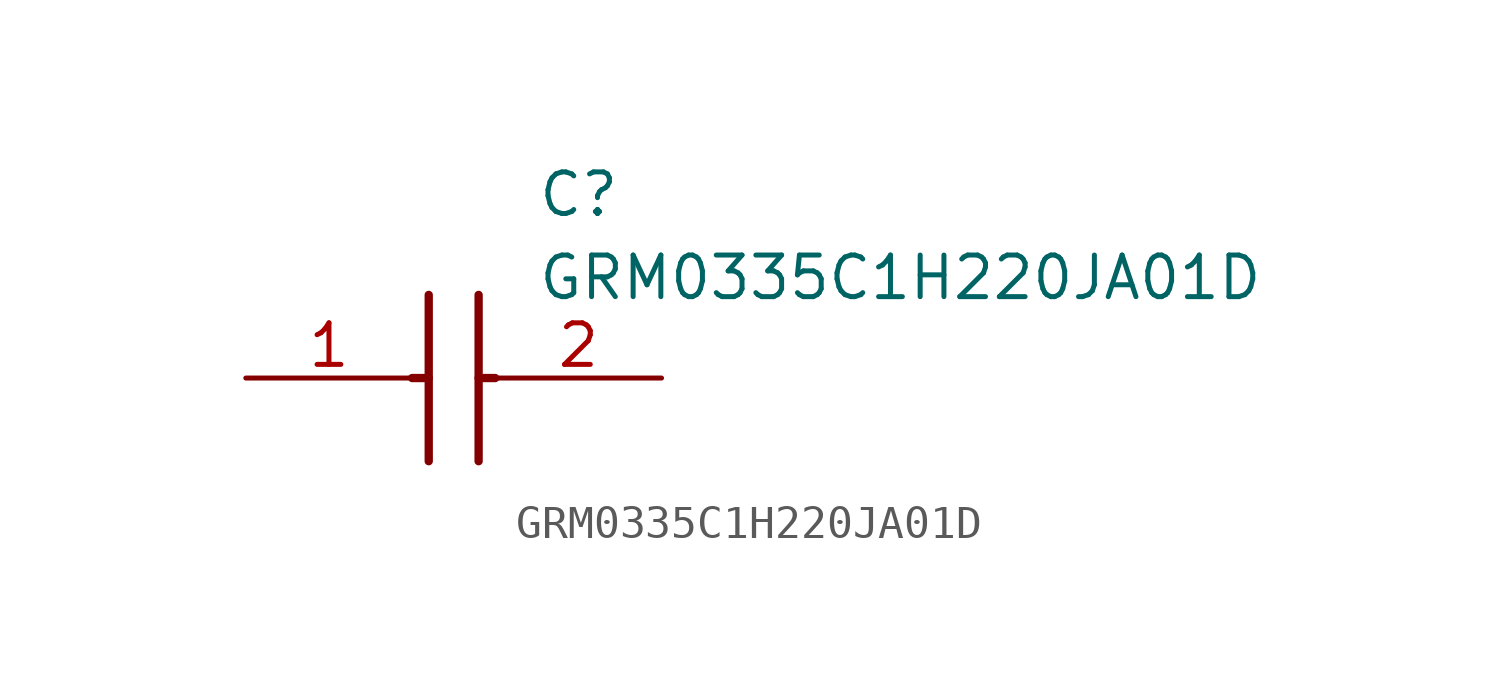
<source format=kicad_sym>
(kicad_symbol_lib
  (version 20211014)
  (generator SamacSys_ECAD_Model)
  (symbol "GRM0335C1H220JA01D"
    (pin_names hide)
    (property "Reference" "C"
      (at 8.89 6.35 0)
      (effects (font (size 1.27 1.27)) (justify left top)))
    (property "Value" "GRM0335C1H220JA01D"
      (at 8.89 3.81 0)
      (effects (font (size 1.27 1.27)) (justify left top)))
    (polyline
      (pts (xy 5.588 2.54) (xy 5.588 -2.54))
      (stroke (width 0.254) (type default))
      (fill (type none)))
    (polyline
      (pts (xy 7.112 2.54) (xy 7.112 -2.54))
      (stroke (width 0.254) (type default))
      (fill (type none)))
    (polyline
      (pts (xy 5.08 0) (xy 5.588 0))
      (stroke (width 0.254) (type default))
      (fill (type none)))
    (polyline
      (pts (xy 7.112 0) (xy 7.62 0))
      (stroke (width 0.254) (type default))
      (fill (type none)))
    (pin passive line
      (at 0 0 0)
      (length 5.08)
      (name "1" (effects (font (size 1.27 1.27))))
      (number "1" (effects (font (size 1.27 1.27)))))
    (pin passive line
      (at 12.7 0 180)
      (length 5.08)
      (name "2" (effects (font (size 1.27 1.27))))
      (number "2" (effects (font (size 1.27 1.27)))))))
</source>
